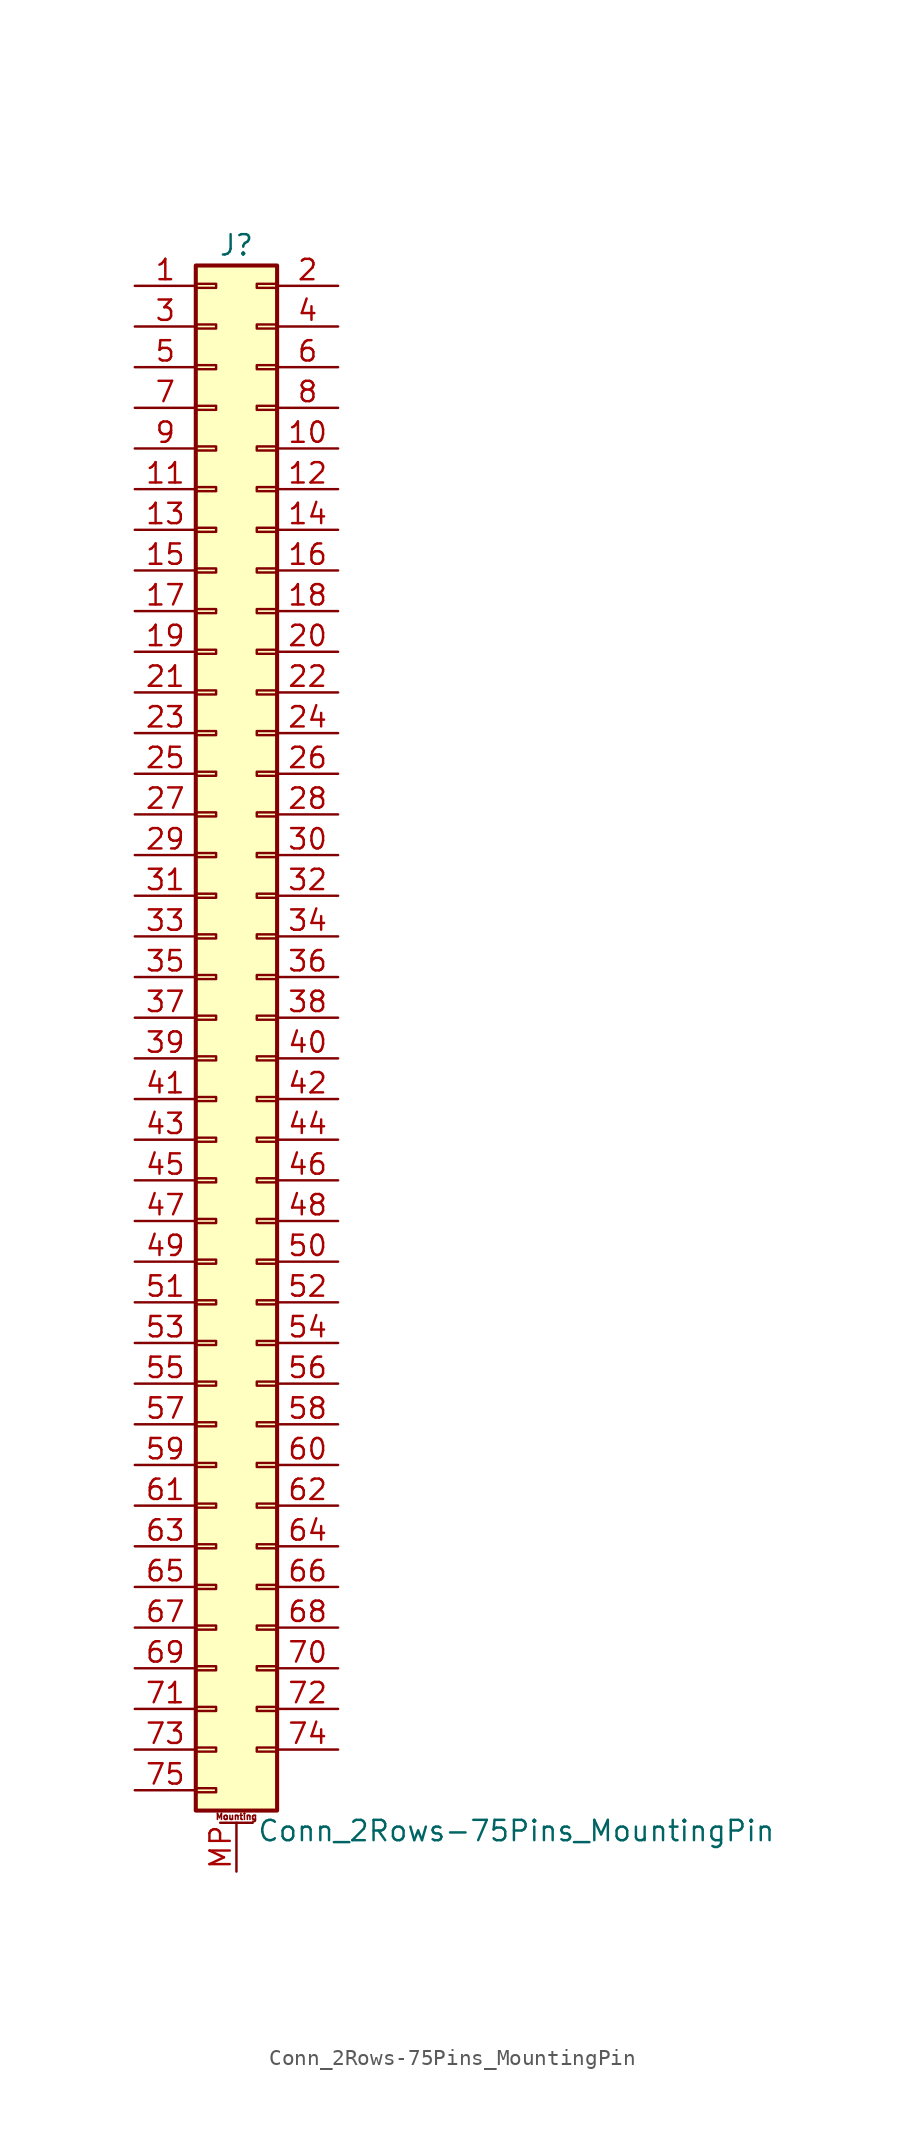
<source format=kicad_sym>
(kicad_symbol_lib
  (version 20201005)
  (generator kicad_symbol_editor)
  (symbol "Conn_2Rows-75Pins_MountingPin"
    (pin_names
      (offset 1.016) hide)
    (property "Reference" "J"
      (at 1.27 48.26 0)
      (effects (font (size 1.27 1.27))))
    (property "Value" "Conn_2Rows-75Pins_MountingPin"
      (at 2.54 -50.8 0)
      (effects (font (size 1.27 1.27)) (justify left)))
    (symbol "Conn_2Rows-75Pins_MountingPin_1_1"
      (text "Mounting" (at 1.27 -49.911 0) (effects (font (size 0.381 0.381))))
      (rectangle (start -1.27 -48.133) (end 0 -48.387) (stroke (width 0.152)) (fill (type none)))
      (rectangle (start -1.27 -45.593) (end 0 -45.847) (stroke (width 0.152)) (fill (type none)))
      (rectangle (start -1.27 -43.053) (end 0 -43.307) (stroke (width 0.152)) (fill (type none)))
      (rectangle (start -1.27 -40.513) (end 0 -40.767) (stroke (width 0.152)) (fill (type none)))
      (rectangle (start -1.27 -37.973) (end 0 -38.227) (stroke (width 0.152)) (fill (type none)))
      (rectangle (start -1.27 -35.433) (end 0 -35.687) (stroke (width 0.152)) (fill (type none)))
      (rectangle (start -1.27 -32.893) (end 0 -33.147) (stroke (width 0.152)) (fill (type none)))
      (rectangle (start -1.27 -30.353) (end 0 -30.607) (stroke (width 0.152)) (fill (type none)))
      (rectangle (start -1.27 -27.813) (end 0 -28.067) (stroke (width 0.152)) (fill (type none)))
      (rectangle (start -1.27 -25.273) (end 0 -25.527) (stroke (width 0.152)) (fill (type none)))
      (rectangle (start -1.27 -22.733) (end 0 -22.987) (stroke (width 0.152)) (fill (type none)))
      (rectangle (start -1.27 -20.193) (end 0 -20.447) (stroke (width 0.152)) (fill (type none)))
      (rectangle (start -1.27 -17.653) (end 0 -17.907) (stroke (width 0.152)) (fill (type none)))
      (rectangle (start -1.27 -15.113) (end 0 -15.367) (stroke (width 0.152)) (fill (type none)))
      (rectangle (start -1.27 -12.573) (end 0 -12.827) (stroke (width 0.152)) (fill (type none)))
      (rectangle (start -1.27 -10.033) (end 0 -10.287) (stroke (width 0.152)) (fill (type none)))
      (rectangle (start -1.27 -7.493) (end 0 -7.747) (stroke (width 0.152)) (fill (type none)))
      (rectangle (start -1.27 -4.953) (end 0 -5.207) (stroke (width 0.152)) (fill (type none)))
      (rectangle (start -1.27 -2.413) (end 0 -2.667) (stroke (width 0.152)) (fill (type none)))
      (rectangle (start -1.27 0.127) (end 0 -0.127) (stroke (width 0.152)) (fill (type none)))
      (rectangle (start -1.27 2.667) (end 0 2.413) (stroke (width 0.152)) (fill (type none)))
      (rectangle (start -1.27 5.207) (end 0 4.953) (stroke (width 0.152)) (fill (type none)))
      (rectangle (start -1.27 7.747) (end 0 7.493) (stroke (width 0.152)) (fill (type none)))
      (rectangle (start -1.27 10.287) (end 0 10.033) (stroke (width 0.152)) (fill (type none)))
      (rectangle (start -1.27 12.827) (end 0 12.573) (stroke (width 0.152)) (fill (type none)))
      (rectangle (start -1.27 15.367) (end 0 15.113) (stroke (width 0.152)) (fill (type none)))
      (rectangle (start -1.27 17.907) (end 0 17.653) (stroke (width 0.152)) (fill (type none)))
      (rectangle (start -1.27 20.447) (end 0 20.193) (stroke (width 0.152)) (fill (type none)))
      (rectangle (start -1.27 22.987) (end 0 22.733) (stroke (width 0.152)) (fill (type none)))
      (rectangle (start -1.27 25.527) (end 0 25.273) (stroke (width 0.152)) (fill (type none)))
      (rectangle (start -1.27 28.067) (end 0 27.813) (stroke (width 0.152)) (fill (type none)))
      (rectangle (start -1.27 30.607) (end 0 30.353) (stroke (width 0.152)) (fill (type none)))
      (rectangle (start -1.27 33.147) (end 0 32.893) (stroke (width 0.152)) (fill (type none)))
      (rectangle (start -1.27 35.687) (end 0 35.433) (stroke (width 0.152)) (fill (type none)))
      (rectangle (start -1.27 38.227) (end 0 37.973) (stroke (width 0.152)) (fill (type none)))
      (rectangle (start -1.27 40.767) (end 0 40.513) (stroke (width 0.152)) (fill (type none)))
      (rectangle (start -1.27 43.307) (end 0 43.053) (stroke (width 0.152)) (fill (type none)))
      (rectangle (start -1.27 45.847) (end 0 45.593) (stroke (width 0.152)) (fill (type none)))
      (rectangle (start 3.81 -45.593) (end 2.54 -45.847) (stroke (width 0.152)) (fill (type none)))
      (rectangle (start 3.81 -43.053) (end 2.54 -43.307) (stroke (width 0.152)) (fill (type none)))
      (rectangle (start 3.81 -40.513) (end 2.54 -40.767) (stroke (width 0.152)) (fill (type none)))
      (rectangle (start 3.81 -37.973) (end 2.54 -38.227) (stroke (width 0.152)) (fill (type none)))
      (rectangle (start 3.81 -35.433) (end 2.54 -35.687) (stroke (width 0.152)) (fill (type none)))
      (rectangle (start 3.81 -32.893) (end 2.54 -33.147) (stroke (width 0.152)) (fill (type none)))
      (rectangle (start 3.81 -30.353) (end 2.54 -30.607) (stroke (width 0.152)) (fill (type none)))
      (rectangle (start 3.81 -27.813) (end 2.54 -28.067) (stroke (width 0.152)) (fill (type none)))
      (rectangle (start 3.81 -25.273) (end 2.54 -25.527) (stroke (width 0.152)) (fill (type none)))
      (rectangle (start 3.81 -22.733) (end 2.54 -22.987) (stroke (width 0.152)) (fill (type none)))
      (rectangle (start 3.81 -20.193) (end 2.54 -20.447) (stroke (width 0.152)) (fill (type none)))
      (rectangle (start 3.81 -17.653) (end 2.54 -17.907) (stroke (width 0.152)) (fill (type none)))
      (rectangle (start 3.81 -15.113) (end 2.54 -15.367) (stroke (width 0.152)) (fill (type none)))
      (rectangle (start 3.81 -12.573) (end 2.54 -12.827) (stroke (width 0.152)) (fill (type none)))
      (rectangle (start 3.81 -10.033) (end 2.54 -10.287) (stroke (width 0.152)) (fill (type none)))
      (rectangle (start 3.81 -7.493) (end 2.54 -7.747) (stroke (width 0.152)) (fill (type none)))
      (rectangle (start 3.81 -4.953) (end 2.54 -5.207) (stroke (width 0.152)) (fill (type none)))
      (rectangle (start 3.81 -2.413) (end 2.54 -2.667) (stroke (width 0.152)) (fill (type none)))
      (rectangle (start 3.81 0.127) (end 2.54 -0.127) (stroke (width 0.152)) (fill (type none)))
      (rectangle (start 3.81 2.667) (end 2.54 2.413) (stroke (width 0.152)) (fill (type none)))
      (rectangle (start 3.81 5.207) (end 2.54 4.953) (stroke (width 0.152)) (fill (type none)))
      (rectangle (start 3.81 7.747) (end 2.54 7.493) (stroke (width 0.152)) (fill (type none)))
      (rectangle (start 3.81 10.287) (end 2.54 10.033) (stroke (width 0.152)) (fill (type none)))
      (rectangle (start 3.81 12.827) (end 2.54 12.573) (stroke (width 0.152)) (fill (type none)))
      (rectangle (start 3.81 15.367) (end 2.54 15.113) (stroke (width 0.152)) (fill (type none)))
      (rectangle (start 3.81 17.907) (end 2.54 17.653) (stroke (width 0.152)) (fill (type none)))
      (rectangle (start 3.81 20.447) (end 2.54 20.193) (stroke (width 0.152)) (fill (type none)))
      (rectangle (start 3.81 22.987) (end 2.54 22.733) (stroke (width 0.152)) (fill (type none)))
      (rectangle (start 3.81 25.527) (end 2.54 25.273) (stroke (width 0.152)) (fill (type none)))
      (rectangle (start 3.81 28.067) (end 2.54 27.813) (stroke (width 0.152)) (fill (type none)))
      (rectangle (start 3.81 30.607) (end 2.54 30.353) (stroke (width 0.152)) (fill (type none)))
      (rectangle (start 3.81 33.147) (end 2.54 32.893) (stroke (width 0.152)) (fill (type none)))
      (rectangle (start 3.81 35.687) (end 2.54 35.433) (stroke (width 0.152)) (fill (type none)))
      (rectangle (start 3.81 38.227) (end 2.54 37.973) (stroke (width 0.152)) (fill (type none)))
      (rectangle (start 3.81 40.767) (end 2.54 40.513) (stroke (width 0.152)) (fill (type none)))
      (rectangle (start 3.81 43.307) (end 2.54 43.053) (stroke (width 0.152)) (fill (type none)))
      (rectangle (start 3.81 45.847) (end 2.54 45.593) (stroke (width 0.152)) (fill (type none)))
      (rectangle (start -1.27 46.99) (end 3.81 -49.53) (stroke (width 0.254)) (fill (type background)))
      (polyline (pts (xy 0.254 -50.292) (xy 2.286 -50.292)) (stroke (width 0.152)) (fill (type none)))
      (pin passive line (at -5.08 45.72 0) (length 3.81) (name "Pin_1" (effects (font (size 1.27 1.27)))) (number "1" (effects (font (size 1.27 1.27)))))
      (pin passive line (at 7.62 35.56 180) (length 3.81) (name "Pin_10" (effects (font (size 1.27 1.27)))) (number "10" (effects (font (size 1.27 1.27)))))
      (pin passive line (at -5.08 33.02 0) (length 3.81) (name "Pin_11" (effects (font (size 1.27 1.27)))) (number "11" (effects (font (size 1.27 1.27)))))
      (pin passive line (at 7.62 33.02 180) (length 3.81) (name "Pin_12" (effects (font (size 1.27 1.27)))) (number "12" (effects (font (size 1.27 1.27)))))
      (pin passive line (at -5.08 30.48 0) (length 3.81) (name "Pin_13" (effects (font (size 1.27 1.27)))) (number "13" (effects (font (size 1.27 1.27)))))
      (pin passive line (at 7.62 30.48 180) (length 3.81) (name "Pin_14" (effects (font (size 1.27 1.27)))) (number "14" (effects (font (size 1.27 1.27)))))
      (pin passive line (at -5.08 27.94 0) (length 3.81) (name "Pin_15" (effects (font (size 1.27 1.27)))) (number "15" (effects (font (size 1.27 1.27)))))
      (pin passive line (at 7.62 27.94 180) (length 3.81) (name "Pin_16" (effects (font (size 1.27 1.27)))) (number "16" (effects (font (size 1.27 1.27)))))
      (pin passive line (at -5.08 25.4 0) (length 3.81) (name "Pin_17" (effects (font (size 1.27 1.27)))) (number "17" (effects (font (size 1.27 1.27)))))
      (pin passive line (at 7.62 25.4 180) (length 3.81) (name "Pin_18" (effects (font (size 1.27 1.27)))) (number "18" (effects (font (size 1.27 1.27)))))
      (pin passive line (at -5.08 22.86 0) (length 3.81) (name "Pin_19" (effects (font (size 1.27 1.27)))) (number "19" (effects (font (size 1.27 1.27)))))
      (pin passive line (at 7.62 45.72 180) (length 3.81) (name "Pin_2" (effects (font (size 1.27 1.27)))) (number "2" (effects (font (size 1.27 1.27)))))
      (pin passive line (at 7.62 22.86 180) (length 3.81) (name "Pin_20" (effects (font (size 1.27 1.27)))) (number "20" (effects (font (size 1.27 1.27)))))
      (pin passive line (at -5.08 20.32 0) (length 3.81) (name "Pin_21" (effects (font (size 1.27 1.27)))) (number "21" (effects (font (size 1.27 1.27)))))
      (pin passive line (at 7.62 20.32 180) (length 3.81) (name "Pin_22" (effects (font (size 1.27 1.27)))) (number "22" (effects (font (size 1.27 1.27)))))
      (pin passive line (at -5.08 17.78 0) (length 3.81) (name "Pin_23" (effects (font (size 1.27 1.27)))) (number "23" (effects (font (size 1.27 1.27)))))
      (pin passive line (at 7.62 17.78 180) (length 3.81) (name "Pin_24" (effects (font (size 1.27 1.27)))) (number "24" (effects (font (size 1.27 1.27)))))
      (pin passive line (at -5.08 15.24 0) (length 3.81) (name "Pin_25" (effects (font (size 1.27 1.27)))) (number "25" (effects (font (size 1.27 1.27)))))
      (pin passive line (at 7.62 15.24 180) (length 3.81) (name "Pin_26" (effects (font (size 1.27 1.27)))) (number "26" (effects (font (size 1.27 1.27)))))
      (pin passive line (at -5.08 12.7 0) (length 3.81) (name "Pin_27" (effects (font (size 1.27 1.27)))) (number "27" (effects (font (size 1.27 1.27)))))
      (pin passive line (at 7.62 12.7 180) (length 3.81) (name "Pin_28" (effects (font (size 1.27 1.27)))) (number "28" (effects (font (size 1.27 1.27)))))
      (pin passive line (at -5.08 10.16 0) (length 3.81) (name "Pin_29" (effects (font (size 1.27 1.27)))) (number "29" (effects (font (size 1.27 1.27)))))
      (pin passive line (at -5.08 43.18 0) (length 3.81) (name "Pin_3" (effects (font (size 1.27 1.27)))) (number "3" (effects (font (size 1.27 1.27)))))
      (pin passive line (at 7.62 10.16 180) (length 3.81) (name "Pin_30" (effects (font (size 1.27 1.27)))) (number "30" (effects (font (size 1.27 1.27)))))
      (pin passive line (at -5.08 7.62 0) (length 3.81) (name "Pin_31" (effects (font (size 1.27 1.27)))) (number "31" (effects (font (size 1.27 1.27)))))
      (pin passive line (at 7.62 7.62 180) (length 3.81) (name "Pin_32" (effects (font (size 1.27 1.27)))) (number "32" (effects (font (size 1.27 1.27)))))
      (pin passive line (at -5.08 5.08 0) (length 3.81) (name "Pin_33" (effects (font (size 1.27 1.27)))) (number "33" (effects (font (size 1.27 1.27)))))
      (pin passive line (at 7.62 5.08 180) (length 3.81) (name "Pin_34" (effects (font (size 1.27 1.27)))) (number "34" (effects (font (size 1.27 1.27)))))
      (pin passive line (at -5.08 2.54 0) (length 3.81) (name "Pin_35" (effects (font (size 1.27 1.27)))) (number "35" (effects (font (size 1.27 1.27)))))
      (pin passive line (at 7.62 2.54 180) (length 3.81) (name "Pin_36" (effects (font (size 1.27 1.27)))) (number "36" (effects (font (size 1.27 1.27)))))
      (pin passive line (at -5.08 0 0) (length 3.81) (name "Pin_37" (effects (font (size 1.27 1.27)))) (number "37" (effects (font (size 1.27 1.27)))))
      (pin passive line (at 7.62 0 180) (length 3.81) (name "Pin_38" (effects (font (size 1.27 1.27)))) (number "38" (effects (font (size 1.27 1.27)))))
      (pin passive line (at -5.08 -2.54 0) (length 3.81) (name "Pin_39" (effects (font (size 1.27 1.27)))) (number "39" (effects (font (size 1.27 1.27)))))
      (pin passive line (at 7.62 43.18 180) (length 3.81) (name "Pin_4" (effects (font (size 1.27 1.27)))) (number "4" (effects (font (size 1.27 1.27)))))
      (pin passive line (at 7.62 -2.54 180) (length 3.81) (name "Pin_40" (effects (font (size 1.27 1.27)))) (number "40" (effects (font (size 1.27 1.27)))))
      (pin passive line (at -5.08 -5.08 0) (length 3.81) (name "Pin_41" (effects (font (size 1.27 1.27)))) (number "41" (effects (font (size 1.27 1.27)))))
      (pin passive line (at 7.62 -5.08 180) (length 3.81) (name "Pin_42" (effects (font (size 1.27 1.27)))) (number "42" (effects (font (size 1.27 1.27)))))
      (pin passive line (at -5.08 -7.62 0) (length 3.81) (name "Pin_43" (effects (font (size 1.27 1.27)))) (number "43" (effects (font (size 1.27 1.27)))))
      (pin passive line (at 7.62 -7.62 180) (length 3.81) (name "Pin_44" (effects (font (size 1.27 1.27)))) (number "44" (effects (font (size 1.27 1.27)))))
      (pin passive line (at -5.08 -10.16 0) (length 3.81) (name "Pin_45" (effects (font (size 1.27 1.27)))) (number "45" (effects (font (size 1.27 1.27)))))
      (pin passive line (at 7.62 -10.16 180) (length 3.81) (name "Pin_46" (effects (font (size 1.27 1.27)))) (number "46" (effects (font (size 1.27 1.27)))))
      (pin passive line (at -5.08 -12.7 0) (length 3.81) (name "Pin_47" (effects (font (size 1.27 1.27)))) (number "47" (effects (font (size 1.27 1.27)))))
      (pin passive line (at 7.62 -12.7 180) (length 3.81) (name "Pin_48" (effects (font (size 1.27 1.27)))) (number "48" (effects (font (size 1.27 1.27)))))
      (pin passive line (at -5.08 -15.24 0) (length 3.81) (name "Pin_49" (effects (font (size 1.27 1.27)))) (number "49" (effects (font (size 1.27 1.27)))))
      (pin passive line (at -5.08 40.64 0) (length 3.81) (name "Pin_5" (effects (font (size 1.27 1.27)))) (number "5" (effects (font (size 1.27 1.27)))))
      (pin passive line (at 7.62 -15.24 180) (length 3.81) (name "Pin_50" (effects (font (size 1.27 1.27)))) (number "50" (effects (font (size 1.27 1.27)))))
      (pin passive line (at -5.08 -17.78 0) (length 3.81) (name "Pin_51" (effects (font (size 1.27 1.27)))) (number "51" (effects (font (size 1.27 1.27)))))
      (pin passive line (at 7.62 -17.78 180) (length 3.81) (name "Pin_52" (effects (font (size 1.27 1.27)))) (number "52" (effects (font (size 1.27 1.27)))))
      (pin passive line (at -5.08 -20.32 0) (length 3.81) (name "Pin_53" (effects (font (size 1.27 1.27)))) (number "53" (effects (font (size 1.27 1.27)))))
      (pin passive line (at 7.62 -20.32 180) (length 3.81) (name "Pin_54" (effects (font (size 1.27 1.27)))) (number "54" (effects (font (size 1.27 1.27)))))
      (pin passive line (at -5.08 -22.86 0) (length 3.81) (name "Pin_55" (effects (font (size 1.27 1.27)))) (number "55" (effects (font (size 1.27 1.27)))))
      (pin passive line (at 7.62 -22.86 180) (length 3.81) (name "Pin_56" (effects (font (size 1.27 1.27)))) (number "56" (effects (font (size 1.27 1.27)))))
      (pin passive line (at -5.08 -25.4 0) (length 3.81) (name "Pin_57" (effects (font (size 1.27 1.27)))) (number "57" (effects (font (size 1.27 1.27)))))
      (pin passive line (at 7.62 -25.4 180) (length 3.81) (name "Pin_58" (effects (font (size 1.27 1.27)))) (number "58" (effects (font (size 1.27 1.27)))))
      (pin passive line (at -5.08 -27.94 0) (length 3.81) (name "Pin_59" (effects (font (size 1.27 1.27)))) (number "59" (effects (font (size 1.27 1.27)))))
      (pin passive line (at 7.62 40.64 180) (length 3.81) (name "Pin_6" (effects (font (size 1.27 1.27)))) (number "6" (effects (font (size 1.27 1.27)))))
      (pin passive line (at 7.62 -27.94 180) (length 3.81) (name "Pin_60" (effects (font (size 1.27 1.27)))) (number "60" (effects (font (size 1.27 1.27)))))
      (pin passive line (at -5.08 -30.48 0) (length 3.81) (name "Pin_61" (effects (font (size 1.27 1.27)))) (number "61" (effects (font (size 1.27 1.27)))))
      (pin passive line (at 7.62 -30.48 180) (length 3.81) (name "Pin_62" (effects (font (size 1.27 1.27)))) (number "62" (effects (font (size 1.27 1.27)))))
      (pin passive line (at -5.08 -33.02 0) (length 3.81) (name "Pin_63" (effects (font (size 1.27 1.27)))) (number "63" (effects (font (size 1.27 1.27)))))
      (pin passive line (at 7.62 -33.02 180) (length 3.81) (name "Pin_64" (effects (font (size 1.27 1.27)))) (number "64" (effects (font (size 1.27 1.27)))))
      (pin passive line (at -5.08 -35.56 0) (length 3.81) (name "Pin_65" (effects (font (size 1.27 1.27)))) (number "65" (effects (font (size 1.27 1.27)))))
      (pin passive line (at 7.62 -35.56 180) (length 3.81) (name "Pin_66" (effects (font (size 1.27 1.27)))) (number "66" (effects (font (size 1.27 1.27)))))
      (pin passive line (at -5.08 -38.1 0) (length 3.81) (name "Pin_67" (effects (font (size 1.27 1.27)))) (number "67" (effects (font (size 1.27 1.27)))))
      (pin passive line (at 7.62 -38.1 180) (length 3.81) (name "Pin_68" (effects (font (size 1.27 1.27)))) (number "68" (effects (font (size 1.27 1.27)))))
      (pin passive line (at -5.08 -40.64 0) (length 3.81) (name "Pin_69" (effects (font (size 1.27 1.27)))) (number "69" (effects (font (size 1.27 1.27)))))
      (pin passive line (at -5.08 38.1 0) (length 3.81) (name "Pin_7" (effects (font (size 1.27 1.27)))) (number "7" (effects (font (size 1.27 1.27)))))
      (pin passive line (at 7.62 -40.64 180) (length 3.81) (name "Pin_70" (effects (font (size 1.27 1.27)))) (number "70" (effects (font (size 1.27 1.27)))))
      (pin passive line (at -5.08 -43.18 0) (length 3.81) (name "Pin_71" (effects (font (size 1.27 1.27)))) (number "71" (effects (font (size 1.27 1.27)))))
      (pin passive line (at 7.62 -43.18 180) (length 3.81) (name "Pin_72" (effects (font (size 1.27 1.27)))) (number "72" (effects (font (size 1.27 1.27)))))
      (pin passive line (at -5.08 -45.72 0) (length 3.81) (name "Pin_73" (effects (font (size 1.27 1.27)))) (number "73" (effects (font (size 1.27 1.27)))))
      (pin passive line (at 7.62 -45.72 180) (length 3.81) (name "Pin_74" (effects (font (size 1.27 1.27)))) (number "74" (effects (font (size 1.27 1.27)))))
      (pin passive line (at -5.08 -48.26 0) (length 3.81) (name "Pin_75" (effects (font (size 1.27 1.27)))) (number "75" (effects (font (size 1.27 1.27)))))
      (pin passive line (at 7.62 38.1 180) (length 3.81) (name "Pin_8" (effects (font (size 1.27 1.27)))) (number "8" (effects (font (size 1.27 1.27)))))
      (pin passive line (at -5.08 35.56 0) (length 3.81) (name "Pin_9" (effects (font (size 1.27 1.27)))) (number "9" (effects (font (size 1.27 1.27)))))
      (pin passive line (at 1.27 -53.34 90) (length 3.048) (name "MountPin" (effects (font (size 1.27 1.27)))) (number "MP" (effects (font (size 1.27 1.27))))))))
</source>
